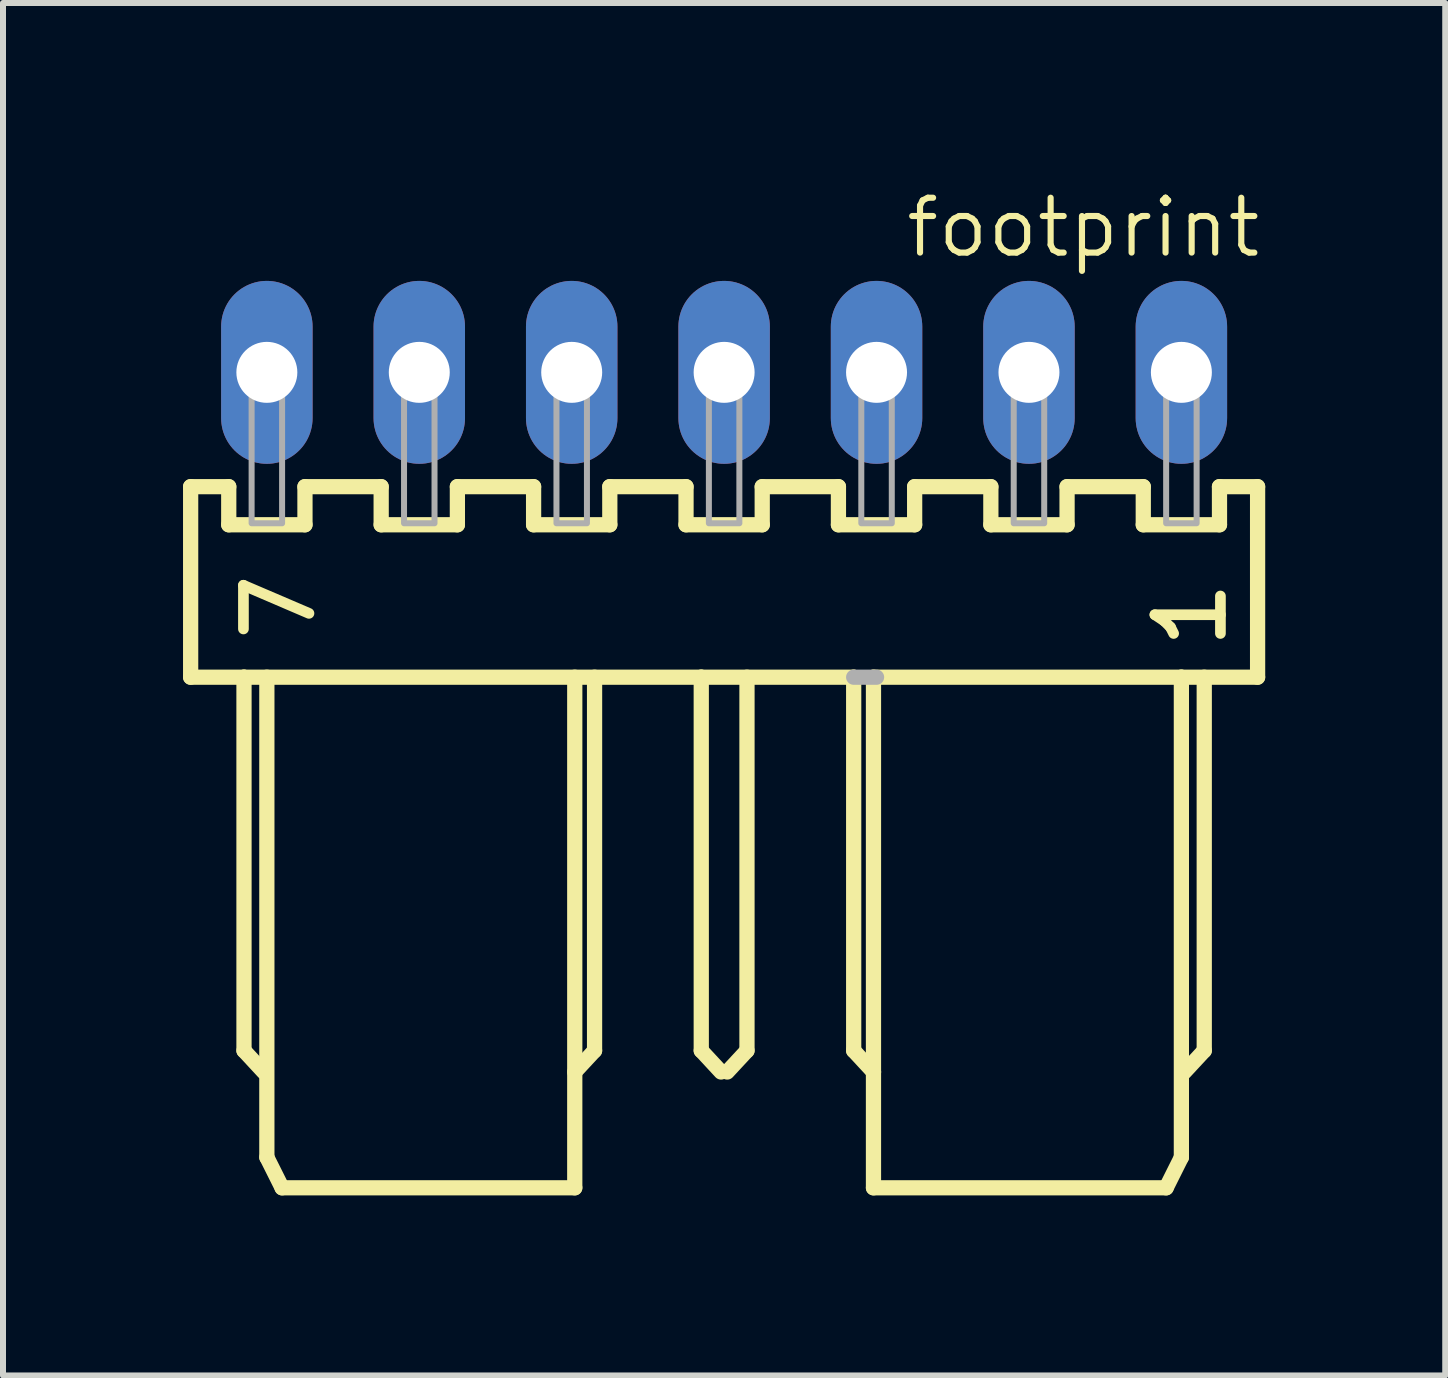
<source format=kicad_pcb>
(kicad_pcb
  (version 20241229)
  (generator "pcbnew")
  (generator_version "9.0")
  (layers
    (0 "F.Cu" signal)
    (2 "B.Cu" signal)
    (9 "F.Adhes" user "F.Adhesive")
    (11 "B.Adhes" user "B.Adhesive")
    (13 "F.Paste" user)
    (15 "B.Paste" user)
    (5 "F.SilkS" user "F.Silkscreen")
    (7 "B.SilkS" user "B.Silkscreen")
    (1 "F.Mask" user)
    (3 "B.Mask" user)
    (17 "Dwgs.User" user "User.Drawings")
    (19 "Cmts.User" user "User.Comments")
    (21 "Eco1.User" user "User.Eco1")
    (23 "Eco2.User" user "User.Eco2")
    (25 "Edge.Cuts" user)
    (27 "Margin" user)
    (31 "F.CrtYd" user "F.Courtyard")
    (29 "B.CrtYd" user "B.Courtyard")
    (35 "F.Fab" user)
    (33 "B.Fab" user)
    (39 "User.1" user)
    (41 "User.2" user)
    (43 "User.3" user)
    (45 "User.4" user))
  (footprint "footprint"
    (layer "F.Cu")
    (at 9.017 3.155)
    (property "Reference" "footprint" (at 8.99 -2.948 0) (layer "F.SilkS") (effects (font (size 0.914 0.914) (thickness 0.102)) (justify right top)))
    (fp_line (start -8.89 1.905) (end -8.89 5.08) (stroke (width 0.254) (type solid)) (layer "F.SilkS"))
    (fp_line (start -8.89 5.08) (end -8.001 5.08) (stroke (width 0.254) (type solid)) (layer "F.SilkS"))
    (fp_line (start -8.255 1.905) (end -8.89 1.905) (stroke (width 0.254) (type solid)) (layer "F.SilkS"))
    (fp_line (start -8.255 2.54) (end -8.255 1.905) (stroke (width 0.254) (type solid)) (layer "F.SilkS"))
    (fp_line (start -8.001 5.08) (end -8.001 11.303) (stroke (width 0.254) (type solid)) (layer "F.SilkS"))
    (fp_line (start -8.001 5.08) (end -0.381 5.08) (stroke (width 0.254) (type solid)) (layer "F.SilkS"))
    (fp_line (start -8.001 11.303) (end -7.671 11.659) (stroke (width 0.254) (type solid)) (layer "F.SilkS"))
    (fp_line (start -7.62 5.08) (end -7.62 13.081) (stroke (width 0.254) (type solid)) (layer "F.SilkS"))
    (fp_line (start -7.62 13.081) (end -7.366 13.589) (stroke (width 0.254) (type solid)) (layer "F.SilkS"))
    (fp_line (start -7.366 13.589) (end -2.489 13.589) (stroke (width 0.254) (type solid)) (layer "F.SilkS"))
    (fp_line (start -6.985 1.905) (end -6.985 2.54) (stroke (width 0.254) (type solid)) (layer "F.SilkS"))
    (fp_line (start -6.985 2.54) (end -8.255 2.54) (stroke (width 0.254) (type solid)) (layer "F.SilkS"))
    (fp_line (start -5.715 1.905) (end -6.985 1.905) (stroke (width 0.254) (type solid)) (layer "F.SilkS"))
    (fp_line (start -5.715 2.54) (end -5.715 1.905) (stroke (width 0.254) (type solid)) (layer "F.SilkS"))
    (fp_line (start -4.445 1.905) (end -4.445 2.54) (stroke (width 0.254) (type solid)) (layer "F.SilkS"))
    (fp_line (start -4.445 2.54) (end -5.715 2.54) (stroke (width 0.254) (type solid)) (layer "F.SilkS"))
    (fp_line (start -3.175 1.905) (end -4.445 1.905) (stroke (width 0.254) (type solid)) (layer "F.SilkS"))
    (fp_line (start -3.175 2.54) (end -3.175 1.905) (stroke (width 0.254) (type solid)) (layer "F.SilkS"))
    (fp_line (start -2.489 13.589) (end -2.489 5.08) (stroke (width 0.254) (type solid)) (layer "F.SilkS"))
    (fp_line (start -2.159 5.08) (end -2.159 11.303) (stroke (width 0.254) (type solid)) (layer "F.SilkS"))
    (fp_line (start -2.159 11.303) (end -2.489 11.659) (stroke (width 0.254) (type solid)) (layer "F.SilkS"))
    (fp_line (start -1.905 1.905) (end -1.905 2.54) (stroke (width 0.254) (type solid)) (layer "F.SilkS"))
    (fp_line (start -1.905 2.54) (end -3.175 2.54) (stroke (width 0.254) (type solid)) (layer "F.SilkS"))
    (fp_line (start -0.635 1.905) (end -1.905 1.905) (stroke (width 0.254) (type solid)) (layer "F.SilkS"))
    (fp_line (start -0.635 2.54) (end -0.635 1.905) (stroke (width 0.254) (type solid)) (layer "F.SilkS"))
    (fp_line (start -0.381 5.08) (end -0.381 11.303) (stroke (width 0.254) (type solid)) (layer "F.SilkS"))
    (fp_line (start -0.381 5.08) (end 2.159 5.08) (stroke (width 0.254) (type solid)) (layer "F.SilkS"))
    (fp_line (start -0.381 11.303) (end -0.051 11.659) (stroke (width 0.254) (type solid)) (layer "F.SilkS"))
    (fp_line (start 0.381 5.08) (end 0.381 11.303) (stroke (width 0.254) (type solid)) (layer "F.SilkS"))
    (fp_line (start 0.381 11.303) (end 0.051 11.659) (stroke (width 0.254) (type solid)) (layer "F.SilkS"))
    (fp_line (start 0.635 1.905) (end 0.635 2.54) (stroke (width 0.254) (type solid)) (layer "F.SilkS"))
    (fp_line (start 0.635 2.54) (end -0.635 2.54) (stroke (width 0.254) (type solid)) (layer "F.SilkS"))
    (fp_line (start 1.905 1.905) (end 0.635 1.905) (stroke (width 0.254) (type solid)) (layer "F.SilkS"))
    (fp_line (start 1.905 2.54) (end 1.905 1.905) (stroke (width 0.254) (type solid)) (layer "F.SilkS"))
    (fp_line (start 2.159 5.08) (end 2.159 11.303) (stroke (width 0.254) (type solid)) (layer "F.SilkS"))
    (fp_line (start 2.159 5.08) (end 2.489 5.08) (stroke (width 0.127) (type solid)) (layer "F.SilkS"))
    (fp_line (start 2.159 11.303) (end 2.489 11.659) (stroke (width 0.254) (type solid)) (layer "F.SilkS"))
    (fp_line (start 2.489 5.08) (end 7.62 5.08) (stroke (width 0.254) (type solid)) (layer "F.SilkS"))
    (fp_line (start 2.489 11.659) (end 2.489 5.08) (stroke (width 0.254) (type solid)) (layer "F.SilkS"))
    (fp_line (start 2.489 13.589) (end 2.489 11.659) (stroke (width 0.254) (type solid)) (layer "F.SilkS"))
    (fp_line (start 3.175 1.905) (end 3.175 2.54) (stroke (width 0.254) (type solid)) (layer "F.SilkS"))
    (fp_line (start 3.175 2.54) (end 1.905 2.54) (stroke (width 0.254) (type solid)) (layer "F.SilkS"))
    (fp_line (start 4.445 1.905) (end 3.175 1.905) (stroke (width 0.254) (type solid)) (layer "F.SilkS"))
    (fp_line (start 4.445 2.54) (end 4.445 1.905) (stroke (width 0.254) (type solid)) (layer "F.SilkS"))
    (fp_line (start 5.715 1.905) (end 5.715 2.54) (stroke (width 0.254) (type solid)) (layer "F.SilkS"))
    (fp_line (start 5.715 2.54) (end 4.445 2.54) (stroke (width 0.254) (type solid)) (layer "F.SilkS"))
    (fp_line (start 6.985 1.905) (end 5.715 1.905) (stroke (width 0.254) (type solid)) (layer "F.SilkS"))
    (fp_line (start 6.985 2.54) (end 6.985 1.905) (stroke (width 0.254) (type solid)) (layer "F.SilkS"))
    (fp_line (start 7.366 13.589) (end 2.489 13.589) (stroke (width 0.254) (type solid)) (layer "F.SilkS"))
    (fp_line (start 7.62 5.08) (end 7.62 13.081) (stroke (width 0.254) (type solid)) (layer "F.SilkS"))
    (fp_line (start 7.62 5.08) (end 8.89 5.08) (stroke (width 0.254) (type solid)) (layer "F.SilkS"))
    (fp_line (start 7.62 13.081) (end 7.366 13.589) (stroke (width 0.254) (type solid)) (layer "F.SilkS"))
    (fp_line (start 8.001 5.08) (end 8.001 11.303) (stroke (width 0.254) (type solid)) (layer "F.SilkS"))
    (fp_line (start 8.001 11.303) (end 7.671 11.659) (stroke (width 0.254) (type solid)) (layer "F.SilkS"))
    (fp_line (start 8.255 1.905) (end 8.255 2.54) (stroke (width 0.254) (type solid)) (layer "F.SilkS"))
    (fp_line (start 8.255 2.54) (end 6.985 2.54) (stroke (width 0.254) (type solid)) (layer "F.SilkS"))
    (fp_line (start 8.89 1.905) (end 8.255 1.905) (stroke (width 0.254) (type solid)) (layer "F.SilkS"))
    (fp_line (start 8.89 5.08) (end 8.89 1.905) (stroke (width 0.254) (type solid)) (layer "F.SilkS"))
    (fp_line (start 2.54 5.08) (end 2.159 5.08) (stroke (width 0.254) (type solid)) (layer "F.Fab"))
    (fp_poly (pts (xy -7.874 0.254) (xy -7.366 0.254) (xy -7.366 -0.254) (xy -7.874 -0.254)) (stroke (width 0.1) (type solid)) (fill no) (layer "F.Fab"))
    (fp_poly (pts (xy -7.874 2.515) (xy -7.366 2.515) (xy -7.366 0.279) (xy -7.874 0.279)) (stroke (width 0.1) (type solid)) (fill no) (layer "F.Fab"))
    (fp_poly (pts (xy -5.334 0.254) (xy -4.826 0.254) (xy -4.826 -0.254) (xy -5.334 -0.254)) (stroke (width 0.1) (type solid)) (fill no) (layer "F.Fab"))
    (fp_poly (pts (xy -5.334 2.515) (xy -4.826 2.515) (xy -4.826 0.279) (xy -5.334 0.279)) (stroke (width 0.1) (type solid)) (fill no) (layer "F.Fab"))
    (fp_poly (pts (xy -2.794 0.254) (xy -2.286 0.254) (xy -2.286 -0.254) (xy -2.794 -0.254)) (stroke (width 0.1) (type solid)) (fill no) (layer "F.Fab"))
    (fp_poly (pts (xy -2.794 2.515) (xy -2.286 2.515) (xy -2.286 0.279) (xy -2.794 0.279)) (stroke (width 0.1) (type solid)) (fill no) (layer "F.Fab"))
    (fp_poly (pts (xy -0.254 0.254) (xy 0.254 0.254) (xy 0.254 -0.254) (xy -0.254 -0.254)) (stroke (width 0.1) (type solid)) (fill no) (layer "F.Fab"))
    (fp_poly (pts (xy -0.254 2.515) (xy 0.254 2.515) (xy 0.254 0.279) (xy -0.254 0.279)) (stroke (width 0.1) (type solid)) (fill no) (layer "F.Fab"))
    (fp_poly (pts (xy 2.286 0.254) (xy 2.794 0.254) (xy 2.794 -0.254) (xy 2.286 -0.254)) (stroke (width 0.1) (type solid)) (fill no) (layer "F.Fab"))
    (fp_poly (pts (xy 2.286 2.515) (xy 2.794 2.515) (xy 2.794 0.279) (xy 2.286 0.279)) (stroke (width 0.1) (type solid)) (fill no) (layer "F.Fab"))
    (fp_poly (pts (xy 4.826 0.254) (xy 5.334 0.254) (xy 5.334 -0.254) (xy 4.826 -0.254)) (stroke (width 0.1) (type solid)) (fill no) (layer "F.Fab"))
    (fp_poly (pts (xy 4.826 2.515) (xy 5.334 2.515) (xy 5.334 0.279) (xy 4.826 0.279)) (stroke (width 0.1) (type solid)) (fill no) (layer "F.Fab"))
    (fp_poly (pts (xy 7.366 0.254) (xy 7.874 0.254) (xy 7.874 -0.254) (xy 7.366 -0.254)) (stroke (width 0.1) (type solid)) (fill no) (layer "F.Fab"))
    (fp_poly (pts (xy 7.366 2.515) (xy 7.874 2.515) (xy 7.874 0.279) (xy 7.366 0.279)) (stroke (width 0.1) (type solid)) (fill no) (layer "F.Fab"))
    (fp_text user "7" (at -8.053 3.275 90) (layer "F.SilkS") (effects (font (size 1.092 1.092) (thickness 0.178)) (justify right top)))
    (fp_text user "1" (at 7.136 3.402 90) (layer "F.SilkS") (effects (font (size 1.092 1.092) (thickness 0.178)) (justify right top)))
    (pad "1" thru_hole oval (at 7.62 0 90) (size 3.048 1.524) (drill 1.016) (layers "*.Cu" "*.Mask"))
    (pad "2" thru_hole oval (at 5.08 0 90) (size 3.048 1.524) (drill 1.016) (layers "*.Cu" "*.Mask"))
    (pad "3" thru_hole oval (at 2.54 0 90) (size 3.048 1.524) (drill 1.016) (layers "*.Cu" "*.Mask"))
    (pad "4" thru_hole oval (at 0 0 90) (size 3.048 1.524) (drill 1.016) (layers "*.Cu" "*.Mask"))
    (pad "5" thru_hole oval (at -2.54 0 90) (size 3.048 1.524) (drill 1.016) (layers "*.Cu" "*.Mask"))
    (pad "6" thru_hole oval (at -5.08 0 90) (size 3.048 1.524) (drill 1.016) (layers "*.Cu" "*.Mask"))
    (pad "7" thru_hole oval (at -7.62 0 90) (size 3.048 1.524) (drill 1.016) (layers "*.Cu" "*.Mask")))
  (gr_rect
    (start -3 -3)
    (end 21.034 19.871)
    (stroke (width 0.1) (type default))
    (fill no)
    (layer "Edge.Cuts")))
</source>
